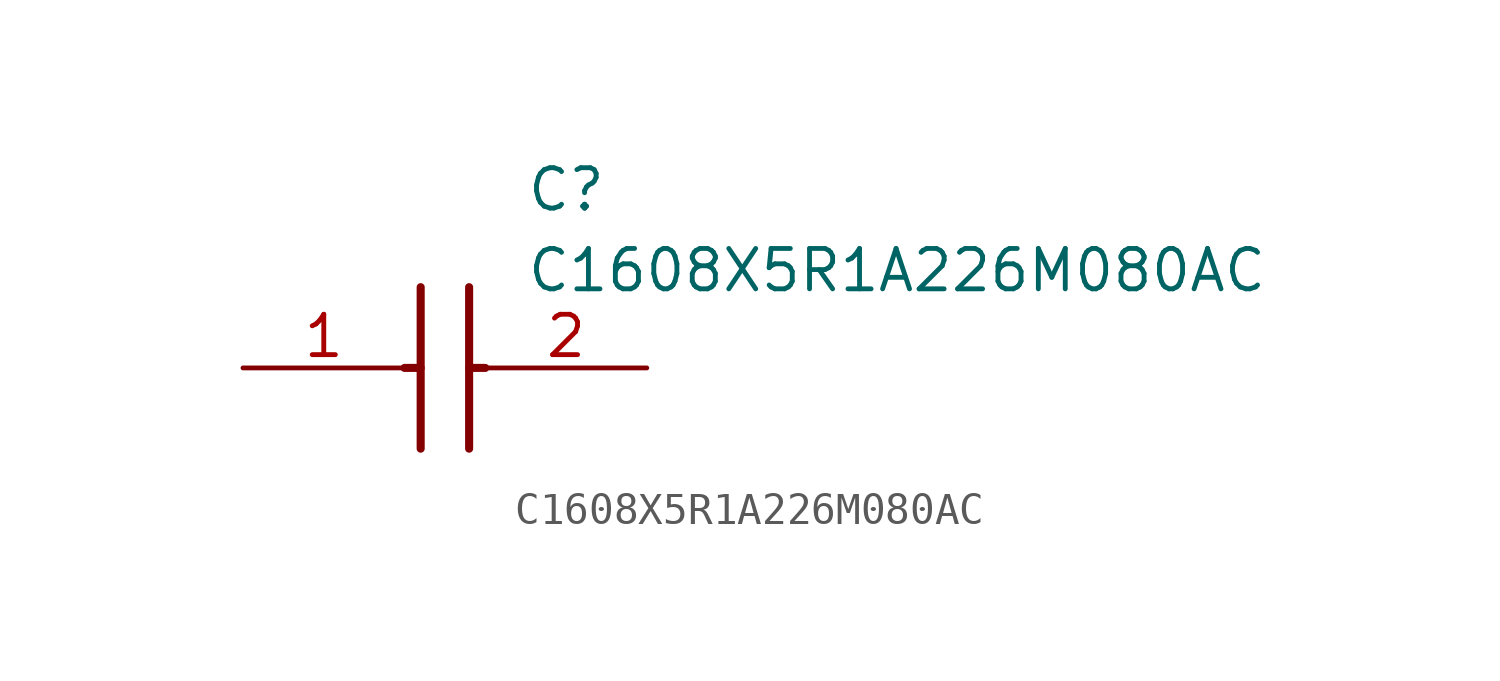
<source format=kicad_sym>
(kicad_symbol_lib
  (version 20211014)
  (generator SamacSys_ECAD_Model)
  (symbol "C1608X5R1A226M080AC"
    (pin_names hide)
    (property "Reference" "C"
      (at 8.89 6.35 0)
      (effects (font (size 1.27 1.27)) (justify left top)))
    (property "Value" "C1608X5R1A226M080AC"
      (at 8.89 3.81 0)
      (effects (font (size 1.27 1.27)) (justify left top)))
    (polyline
      (pts (xy 5.588 2.54) (xy 5.588 -2.54))
      (stroke (width 0.254) (type default))
      (fill (type none)))
    (polyline
      (pts (xy 7.112 2.54) (xy 7.112 -2.54))
      (stroke (width 0.254) (type default))
      (fill (type none)))
    (polyline
      (pts (xy 5.08 0) (xy 5.588 0))
      (stroke (width 0.254) (type default))
      (fill (type none)))
    (polyline
      (pts (xy 7.112 0) (xy 7.62 0))
      (stroke (width 0.254) (type default))
      (fill (type none)))
    (pin passive line
      (at 0 0 0)
      (length 5.08)
      (name "1" (effects (font (size 1.27 1.27))))
      (number "1" (effects (font (size 1.27 1.27)))))
    (pin passive line
      (at 12.7 0 180)
      (length 5.08)
      (name "2" (effects (font (size 1.27 1.27))))
      (number "2" (effects (font (size 1.27 1.27)))))))
</source>
